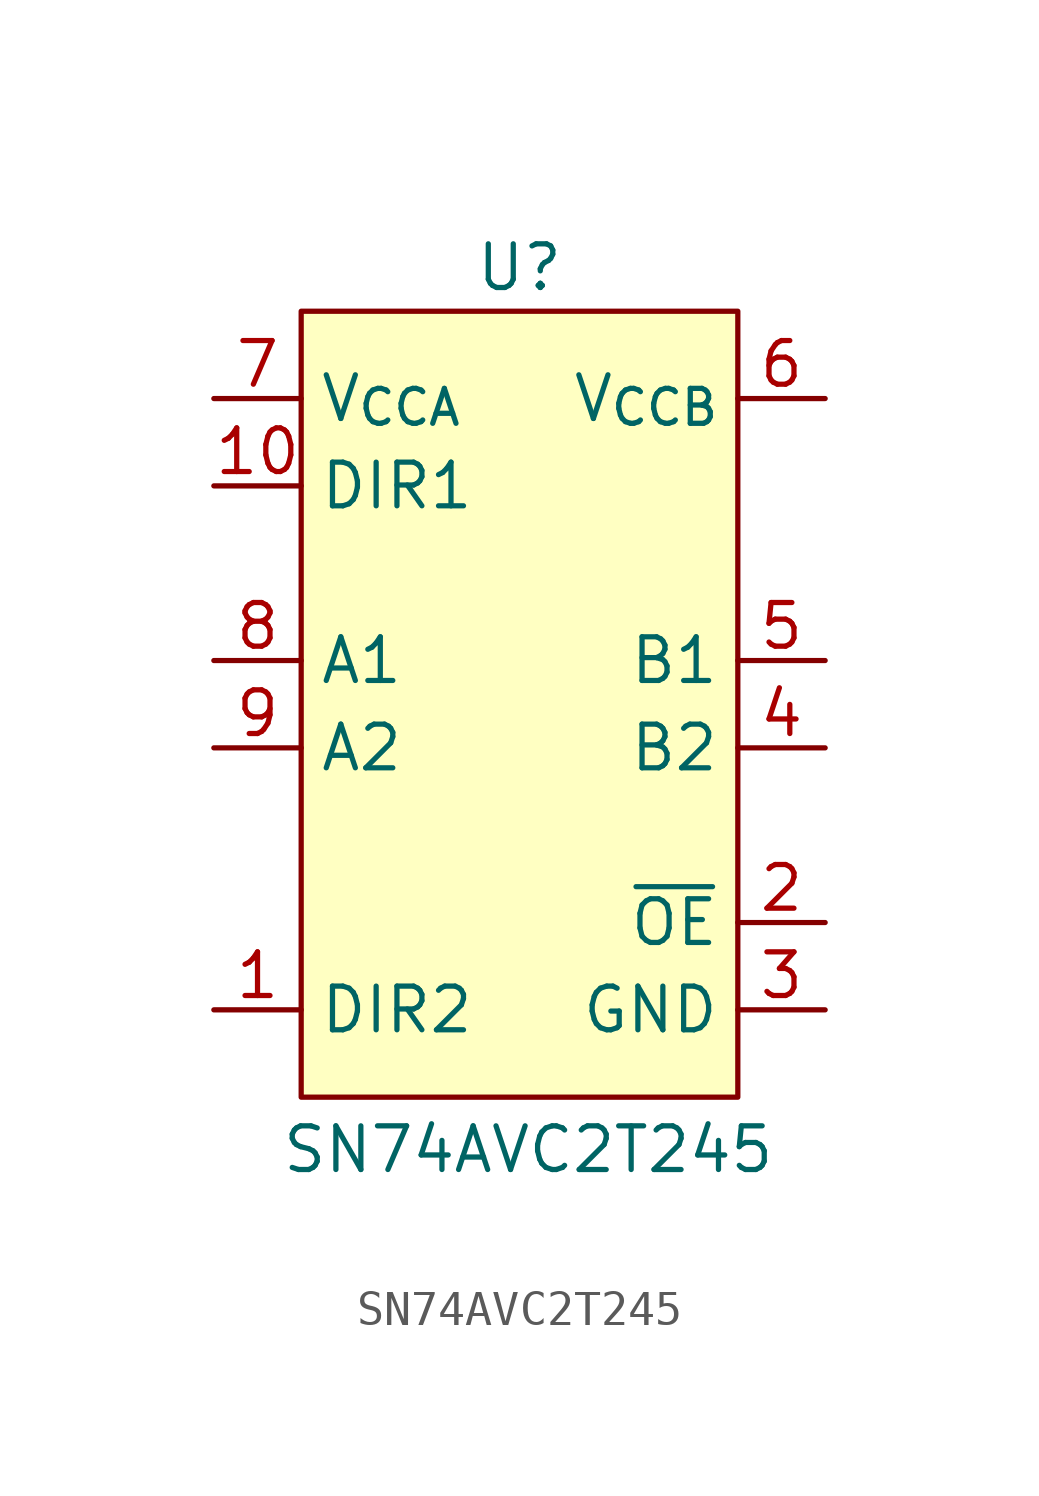
<source format=kicad_sym>
(kicad_symbol_lib
  (version 20231120)
  (generator "kicad_symbol_editor")
  (generator_version "8.0")
  (symbol "SN74AVC2T245"
    (property "Reference" "U"
      (at 0 12.7 0)
      (effects (font (size 1.27 1.27))))
    (property "Value" "SN74AVC2T245"
      (at 0.254 -12.954 0)
      (effects (font (size 1.27 1.27))))
    (symbol "SN74AVC2T245_1_1"
      (rectangle (start -6.35 11.43) (end 6.35 -11.43) (stroke (width 0) (type default)) (fill (type background)))
      (pin power_in line (at -8.89 -8.89 0) (length 2.54) (name "DIR2" (effects (font (size 1.27 1.27)))) (number "1" (effects (font (size 1.27 1.27)))))
      (pin power_in line (at -8.89 6.35 0) (length 2.54) (name "DIR1" (effects (font (size 1.27 1.27)))) (number "10" (effects (font (size 1.27 1.27)))))
      (pin input line (at 8.89 -6.35 180) (length 2.54) (name "~{OE}" (effects (font (size 1.27 1.27)))) (number "2" (effects (font (size 1.27 1.27)))))
      (pin power_in line (at 8.89 -8.89 180) (length 2.54) (name "GND" (effects (font (size 1.27 1.27)))) (number "3" (effects (font (size 1.27 1.27)))))
      (pin bidirectional line (at 8.89 -1.27 180) (length 2.54) (name "B2" (effects (font (size 1.27 1.27)))) (number "4" (effects (font (size 1.27 1.27)))))
      (pin bidirectional line (at 8.89 1.27 180) (length 2.54) (name "B1" (effects (font (size 1.27 1.27)))) (number "5" (effects (font (size 1.27 1.27)))))
      (pin power_in line (at 8.89 8.89 180) (length 2.54) (name "V_{CCB}" (effects (font (size 1.27 1.27)))) (number "6" (effects (font (size 1.27 1.27)))))
      (pin power_in line (at -8.89 8.89 0) (length 2.54) (name "V_{CCA}" (effects (font (size 1.27 1.27)))) (number "7" (effects (font (size 1.27 1.27)))))
      (pin bidirectional line (at -8.89 1.27 0) (length 2.54) (name "A1" (effects (font (size 1.27 1.27)))) (number "8" (effects (font (size 1.27 1.27)))))
      (pin bidirectional line (at -8.89 -1.27 0) (length 2.54) (name "A2" (effects (font (size 1.27 1.27)))) (number "9" (effects (font (size 1.27 1.27))))))))
</source>
